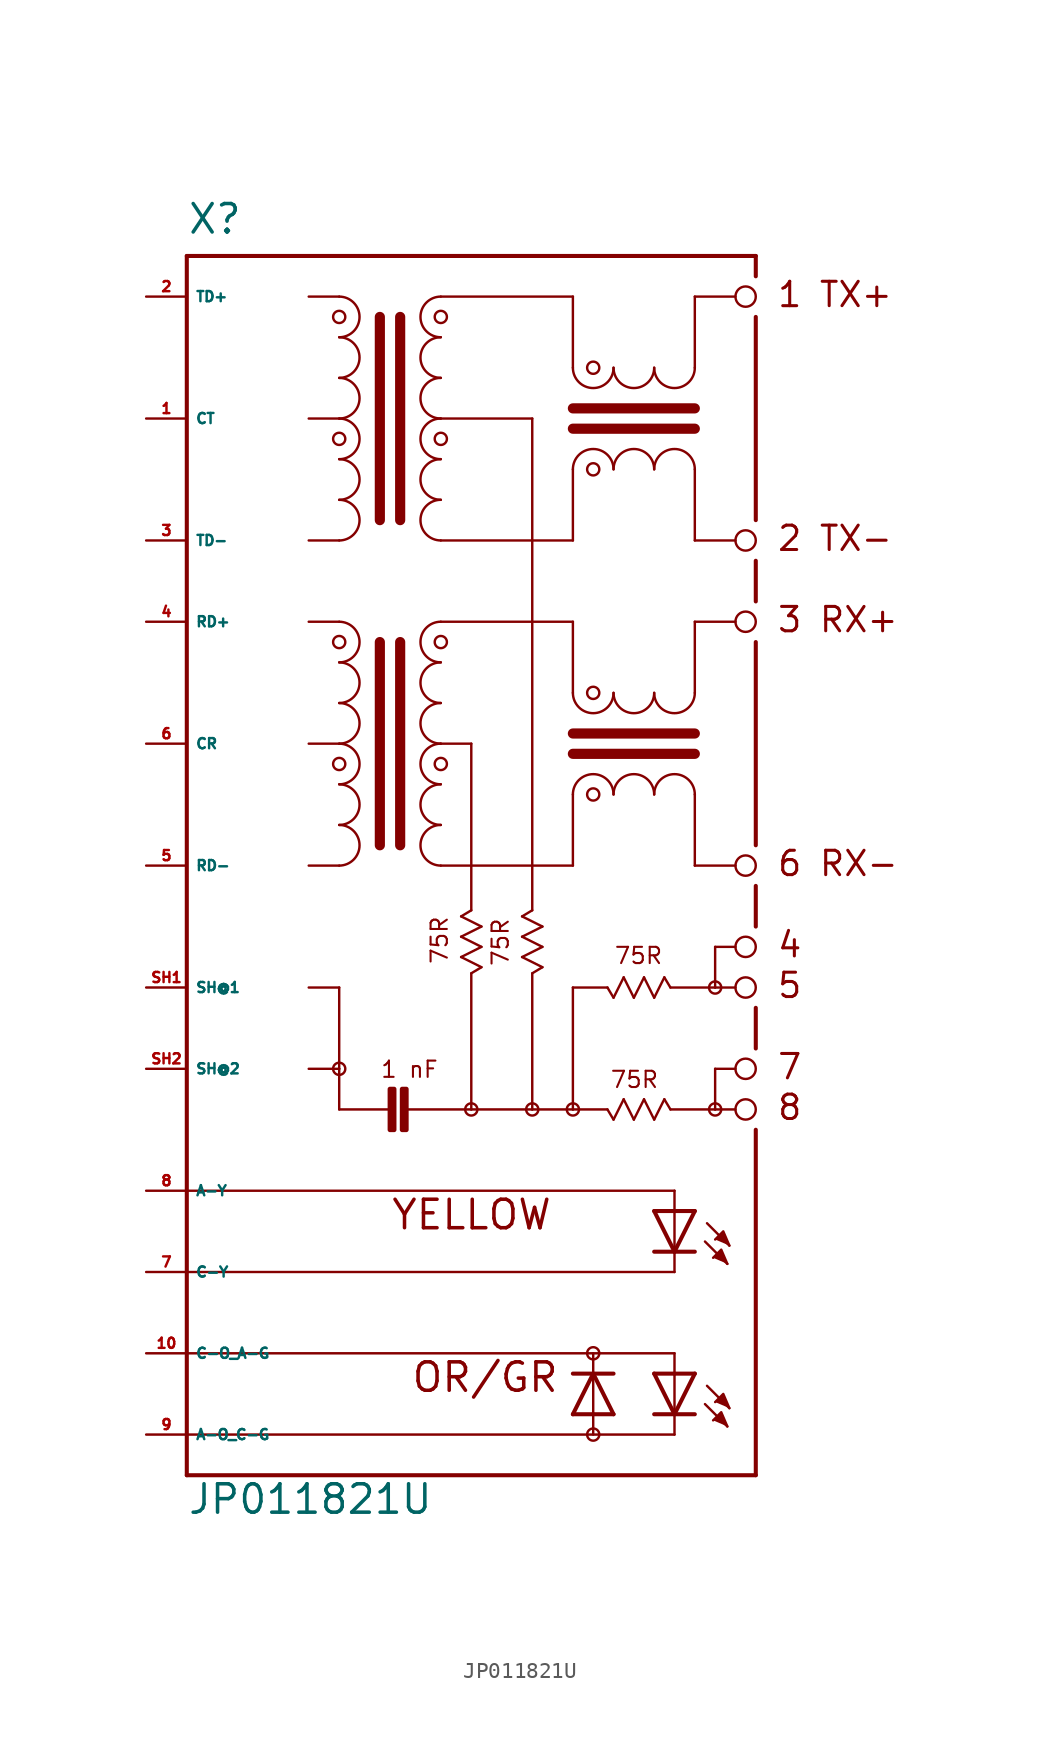
<source format=kicad_sym>
(kicad_symbol_lib
  (version 20220914)
  (generator Eagle2Kicad)
  (symbol "JP011821U"
    (property "Reference" "X"
      (at -12.7 21.59 0)
      (effects (font (size 1.778 1.778) (thickness 0.22)) (justify left bottom)))
    (property "Value" "JP011821U"
      (at -12.7 -58.42 0)
      (effects (font (size 1.778 1.778) (thickness 0.22)) (justify left bottom)))
    (polyline
      (pts (xy 21.209 -41.529) (xy 20.828 -40.64) (xy 20.32 -41.148))
      (stroke (width 0.152) (type default))
      (fill (type outline)))
    (polyline
      (pts (xy 21.082 -42.672) (xy 20.701 -41.783) (xy 20.193 -42.291))
      (stroke (width 0.152) (type default))
      (fill (type outline)))
    (polyline
      (pts (xy 21.209 -51.689) (xy 20.828 -50.8) (xy 20.32 -51.308))
      (stroke (width 0.152) (type default))
      (fill (type outline)))
    (polyline
      (pts (xy 21.082 -52.832) (xy 20.701 -51.943) (xy 20.193 -52.451))
      (stroke (width 0.152) (type default))
      (fill (type outline)))
    (polyline
      (pts (xy -5.08 2.54) (xy -3.175 2.54))
      (stroke (width 0.152) (type default))
      (fill (type none)))
    (polyline
      (pts (xy -5.08 10.16) (xy -3.175 10.16))
      (stroke (width 0.152) (type default))
      (fill (type none)))
    (polyline
      (pts (xy -5.08 17.78) (xy -3.175 17.78))
      (stroke (width 0.152) (type default))
      (fill (type none)))
    (arc
      (start -3.175 10.16)
      (mid -1.905 11.430)
      (end -3.175 12.7)
      (stroke (width 0.1524) (type default))
      (fill (type none)))
    (arc
      (start -3.175 12.7)
      (mid -1.905 13.970)
      (end -3.175 15.24)
      (stroke (width 0.1524) (type default))
      (fill (type none)))
    (arc
      (start -3.175 15.24)
      (mid -1.905 16.510)
      (end -3.175 17.78)
      (stroke (width 0.1524) (type default))
      (fill (type none)))
    (arc
      (start -3.175 7.62)
      (mid -1.905 8.890)
      (end -3.175 10.16)
      (stroke (width 0.1524) (type default))
      (fill (type none)))
    (arc
      (start -3.175 5.08)
      (mid -1.905 6.350)
      (end -3.175 7.62)
      (stroke (width 0.1524) (type default))
      (fill (type none)))
    (arc
      (start -3.175 2.54)
      (mid -1.905 3.810)
      (end -3.175 5.08)
      (stroke (width 0.1524) (type default))
      (fill (type none)))
    (polyline
      (pts (xy -0.635 16.51) (xy -0.635 3.81))
      (stroke (width 0.635) (type default))
      (fill (type none)))
    (polyline
      (pts (xy 0.635 16.51) (xy 0.635 3.81))
      (stroke (width 0.635) (type default))
      (fill (type none)))
    (arc
      (start 3.175 12.7)
      (mid 1.905 11.430)
      (end 3.175 10.16)
      (stroke (width 0.1524) (type default))
      (fill (type none)))
    (arc
      (start 3.175 15.24)
      (mid 1.905 13.970)
      (end 3.175 12.7)
      (stroke (width 0.1524) (type default))
      (fill (type none)))
    (arc
      (start 3.175 17.78)
      (mid 1.905 16.510)
      (end 3.175 15.24)
      (stroke (width 0.1524) (type default))
      (fill (type none)))
    (arc
      (start 3.175 10.16)
      (mid 1.905 8.890)
      (end 3.175 7.62)
      (stroke (width 0.1524) (type default))
      (fill (type none)))
    (arc
      (start 3.175 7.62)
      (mid 1.905 6.350)
      (end 3.175 5.08)
      (stroke (width 0.1524) (type default))
      (fill (type none)))
    (arc
      (start 3.175 5.08)
      (mid 1.905 3.810)
      (end 3.175 2.54)
      (stroke (width 0.1524) (type default))
      (fill (type none)))
    (arc
      (start 19.05 6.985)
      (mid 17.780 8.255)
      (end 16.51 6.985)
      (stroke (width 0.1524) (type default))
      (fill (type none)))
    (arc
      (start 16.51 6.985)
      (mid 15.240 8.255)
      (end 13.97 6.985)
      (stroke (width 0.1524) (type default))
      (fill (type none)))
    (arc
      (start 13.97 6.985)
      (mid 12.700 8.255)
      (end 11.43 6.985)
      (stroke (width 0.1524) (type default))
      (fill (type none)))
    (arc
      (start 16.51 13.335)
      (mid 17.780 12.065)
      (end 19.05 13.335)
      (stroke (width 0.1524) (type default))
      (fill (type none)))
    (arc
      (start 13.97 13.335)
      (mid 15.240 12.065)
      (end 16.51 13.335)
      (stroke (width 0.1524) (type default))
      (fill (type none)))
    (arc
      (start 11.43 13.335)
      (mid 12.700 12.065)
      (end 13.97 13.335)
      (stroke (width 0.1524) (type default))
      (fill (type none)))
    (polyline
      (pts (xy 3.175 17.78) (xy 11.43 17.78))
      (stroke (width 0.152) (type default))
      (fill (type none)))
    (polyline
      (pts (xy 11.43 17.78) (xy 11.43 13.335))
      (stroke (width 0.152) (type default))
      (fill (type none)))
    (polyline
      (pts (xy 11.43 2.54) (xy 3.175 2.54))
      (stroke (width 0.152) (type default))
      (fill (type none)))
    (polyline
      (pts (xy 11.43 2.54) (xy 11.43 6.985))
      (stroke (width 0.152) (type default))
      (fill (type none)))
    (polyline
      (pts (xy 19.05 13.335) (xy 19.05 17.78))
      (stroke (width 0.152) (type default))
      (fill (type none)))
    (polyline
      (pts (xy 19.05 17.78) (xy 21.59 17.78))
      (stroke (width 0.152) (type default))
      (fill (type none)))
    (polyline
      (pts (xy 19.05 6.985) (xy 19.05 2.54))
      (stroke (width 0.152) (type default))
      (fill (type none)))
    (polyline
      (pts (xy 19.05 2.54) (xy 21.59 2.54))
      (stroke (width 0.152) (type default))
      (fill (type none)))
    (polyline
      (pts (xy 11.43 9.525) (xy 19.05 9.525))
      (stroke (width 0.635) (type default))
      (fill (type none)))
    (polyline
      (pts (xy 11.43 10.795) (xy 19.05 10.795))
      (stroke (width 0.635) (type default))
      (fill (type none)))
    (polyline
      (pts (xy -5.08 -17.78) (xy -3.175 -17.78))
      (stroke (width 0.152) (type default))
      (fill (type none)))
    (polyline
      (pts (xy -5.08 -10.16) (xy -3.175 -10.16))
      (stroke (width 0.152) (type default))
      (fill (type none)))
    (polyline
      (pts (xy -5.08 -2.54) (xy -3.175 -2.54))
      (stroke (width 0.152) (type default))
      (fill (type none)))
    (arc
      (start -3.175 -10.16)
      (mid -1.905 -8.890)
      (end -3.175 -7.62)
      (stroke (width 0.1524) (type default))
      (fill (type none)))
    (arc
      (start -3.175 -7.62)
      (mid -1.905 -6.350)
      (end -3.175 -5.08)
      (stroke (width 0.1524) (type default))
      (fill (type none)))
    (arc
      (start -3.175 -5.08)
      (mid -1.905 -3.810)
      (end -3.175 -2.54)
      (stroke (width 0.1524) (type default))
      (fill (type none)))
    (arc
      (start -3.175 -12.7)
      (mid -1.905 -11.430)
      (end -3.175 -10.16)
      (stroke (width 0.1524) (type default))
      (fill (type none)))
    (arc
      (start -3.175 -15.24)
      (mid -1.905 -13.970)
      (end -3.175 -12.7)
      (stroke (width 0.1524) (type default))
      (fill (type none)))
    (arc
      (start -3.175 -17.78)
      (mid -1.905 -16.510)
      (end -3.175 -15.24)
      (stroke (width 0.1524) (type default))
      (fill (type none)))
    (polyline
      (pts (xy -0.635 -3.81) (xy -0.635 -16.51))
      (stroke (width 0.635) (type default))
      (fill (type none)))
    (polyline
      (pts (xy 0.635 -3.81) (xy 0.635 -16.51))
      (stroke (width 0.635) (type default))
      (fill (type none)))
    (arc
      (start 3.175 -7.62)
      (mid 1.905 -8.890)
      (end 3.175 -10.16)
      (stroke (width 0.1524) (type default))
      (fill (type none)))
    (arc
      (start 3.175 -5.08)
      (mid 1.905 -6.350)
      (end 3.175 -7.62)
      (stroke (width 0.1524) (type default))
      (fill (type none)))
    (arc
      (start 3.175 -2.54)
      (mid 1.905 -3.810)
      (end 3.175 -5.08)
      (stroke (width 0.1524) (type default))
      (fill (type none)))
    (arc
      (start 3.175 -10.16)
      (mid 1.905 -11.430)
      (end 3.175 -12.7)
      (stroke (width 0.1524) (type default))
      (fill (type none)))
    (arc
      (start 3.175 -12.7)
      (mid 1.905 -13.970)
      (end 3.175 -15.24)
      (stroke (width 0.1524) (type default))
      (fill (type none)))
    (arc
      (start 3.175 -15.24)
      (mid 1.905 -16.510)
      (end 3.175 -17.78)
      (stroke (width 0.1524) (type default))
      (fill (type none)))
    (arc
      (start 19.05 -13.335)
      (mid 17.780 -12.065)
      (end 16.51 -13.335)
      (stroke (width 0.1524) (type default))
      (fill (type none)))
    (arc
      (start 16.51 -13.335)
      (mid 15.240 -12.065)
      (end 13.97 -13.335)
      (stroke (width 0.1524) (type default))
      (fill (type none)))
    (arc
      (start 13.97 -13.335)
      (mid 12.700 -12.065)
      (end 11.43 -13.335)
      (stroke (width 0.1524) (type default))
      (fill (type none)))
    (arc
      (start 16.51 -6.985)
      (mid 17.780 -8.255)
      (end 19.05 -6.985)
      (stroke (width 0.1524) (type default))
      (fill (type none)))
    (arc
      (start 13.97 -6.985)
      (mid 15.240 -8.255)
      (end 16.51 -6.985)
      (stroke (width 0.1524) (type default))
      (fill (type none)))
    (arc
      (start 11.43 -6.985)
      (mid 12.700 -8.255)
      (end 13.97 -6.985)
      (stroke (width 0.1524) (type default))
      (fill (type none)))
    (polyline
      (pts (xy 3.175 -2.54) (xy 11.43 -2.54))
      (stroke (width 0.152) (type default))
      (fill (type none)))
    (polyline
      (pts (xy 11.43 -2.54) (xy 11.43 -6.985))
      (stroke (width 0.152) (type default))
      (fill (type none)))
    (polyline
      (pts (xy 11.43 -17.78) (xy 3.175 -17.78))
      (stroke (width 0.152) (type default))
      (fill (type none)))
    (polyline
      (pts (xy 11.43 -17.78) (xy 11.43 -13.335))
      (stroke (width 0.152) (type default))
      (fill (type none)))
    (polyline
      (pts (xy 19.05 -6.985) (xy 19.05 -2.54))
      (stroke (width 0.152) (type default))
      (fill (type none)))
    (polyline
      (pts (xy 19.05 -2.54) (xy 21.59 -2.54))
      (stroke (width 0.152) (type default))
      (fill (type none)))
    (polyline
      (pts (xy 19.05 -13.335) (xy 19.05 -17.78))
      (stroke (width 0.152) (type default))
      (fill (type none)))
    (polyline
      (pts (xy 19.05 -17.78) (xy 21.59 -17.78))
      (stroke (width 0.152) (type default))
      (fill (type none)))
    (polyline
      (pts (xy 11.43 -10.795) (xy 19.05 -10.795))
      (stroke (width 0.635) (type default))
      (fill (type none)))
    (polyline
      (pts (xy 11.43 -9.525) (xy 19.05 -9.525))
      (stroke (width 0.635) (type default))
      (fill (type none)))
    (polyline
      (pts (xy 21.59 -22.86) (xy 20.32 -22.86))
      (stroke (width 0.152) (type default))
      (fill (type none)))
    (polyline
      (pts (xy 20.32 -22.86) (xy 20.32 -25.4))
      (stroke (width 0.152) (type default))
      (fill (type none)))
    (polyline
      (pts (xy 20.32 -25.4) (xy 21.59 -25.4))
      (stroke (width 0.152) (type default))
      (fill (type none)))
    (polyline
      (pts (xy 21.59 -30.48) (xy 20.32 -30.48))
      (stroke (width 0.152) (type default))
      (fill (type none)))
    (polyline
      (pts (xy 20.32 -30.48) (xy 20.32 -33.02))
      (stroke (width 0.152) (type default))
      (fill (type none)))
    (polyline
      (pts (xy 20.32 -33.02) (xy 21.59 -33.02))
      (stroke (width 0.152) (type default))
      (fill (type none)))
    (polyline
      (pts (xy 20.32 -25.4) (xy 17.526 -25.4))
      (stroke (width 0.152) (type default))
      (fill (type none)))
    (polyline
      (pts (xy 17.526 -33.02) (xy 20.32 -33.02))
      (stroke (width 0.152) (type default))
      (fill (type none)))
    (polyline
      (pts (xy -12.7 20.32) (xy -12.7 -55.88))
      (stroke (width 0.254) (type default))
      (fill (type none)))
    (polyline
      (pts (xy -12.7 20.32) (xy 22.86 20.32))
      (stroke (width 0.254) (type default))
      (fill (type none)))
    (polyline
      (pts (xy 22.86 20.32) (xy 22.86 19.05))
      (stroke (width 0.254) (type default))
      (fill (type none)))
    (polyline
      (pts (xy 22.86 -29.21) (xy 22.86 -26.67))
      (stroke (width 0.254) (type default))
      (fill (type none)))
    (polyline
      (pts (xy 22.86 -21.59) (xy 22.86 -19.05))
      (stroke (width 0.254) (type default))
      (fill (type none)))
    (polyline
      (pts (xy 22.86 -16.51) (xy 22.86 -3.81))
      (stroke (width 0.254) (type default))
      (fill (type none)))
    (polyline
      (pts (xy 22.86 -1.27) (xy 22.86 1.27))
      (stroke (width 0.254) (type default))
      (fill (type none)))
    (polyline
      (pts (xy 22.86 3.81) (xy 22.86 16.51))
      (stroke (width 0.254) (type default))
      (fill (type none)))
    (polyline
      (pts (xy 3.175 10.16) (xy 8.89 10.16))
      (stroke (width 0.152) (type default))
      (fill (type none)))
    (polyline
      (pts (xy 8.89 10.16) (xy 8.89 -20.574))
      (stroke (width 0.152) (type default))
      (fill (type none)))
    (polyline
      (pts (xy 3.175 -10.16) (xy 5.08 -10.16))
      (stroke (width 0.152) (type default))
      (fill (type none)))
    (polyline
      (pts (xy 5.08 -10.16) (xy 5.08 -20.574))
      (stroke (width 0.152) (type default))
      (fill (type none)))
    (polyline
      (pts (xy 5.08 -20.574) (xy 4.445 -20.955))
      (stroke (width 0.152) (type default))
      (fill (type none)))
    (polyline
      (pts (xy 4.445 -20.955) (xy 5.715 -21.59))
      (stroke (width 0.152) (type default))
      (fill (type none)))
    (polyline
      (pts (xy 5.715 -21.59) (xy 4.445 -22.225))
      (stroke (width 0.152) (type default))
      (fill (type none)))
    (polyline
      (pts (xy 4.445 -22.225) (xy 5.715 -22.86))
      (stroke (width 0.152) (type default))
      (fill (type none)))
    (polyline
      (pts (xy 5.715 -22.86) (xy 4.445 -23.495))
      (stroke (width 0.152) (type default))
      (fill (type none)))
    (polyline
      (pts (xy 4.445 -23.495) (xy 5.715 -24.13))
      (stroke (width 0.152) (type default))
      (fill (type none)))
    (polyline
      (pts (xy 5.715 -24.13) (xy 5.08 -24.511))
      (stroke (width 0.152) (type default))
      (fill (type none)))
    (polyline
      (pts (xy 8.89 -20.574) (xy 8.255 -20.955))
      (stroke (width 0.152) (type default))
      (fill (type none)))
    (polyline
      (pts (xy 8.255 -20.955) (xy 9.525 -21.59))
      (stroke (width 0.152) (type default))
      (fill (type none)))
    (polyline
      (pts (xy 9.525 -21.59) (xy 8.255 -22.225))
      (stroke (width 0.152) (type default))
      (fill (type none)))
    (polyline
      (pts (xy 8.255 -22.225) (xy 9.525 -22.86))
      (stroke (width 0.152) (type default))
      (fill (type none)))
    (polyline
      (pts (xy 9.525 -22.86) (xy 8.255 -23.495))
      (stroke (width 0.152) (type default))
      (fill (type none)))
    (polyline
      (pts (xy 8.255 -23.495) (xy 9.525 -24.13))
      (stroke (width 0.152) (type default))
      (fill (type none)))
    (polyline
      (pts (xy 9.525 -24.13) (xy 8.89 -24.511))
      (stroke (width 0.152) (type default))
      (fill (type none)))
    (polyline
      (pts (xy 13.589 -25.4) (xy 13.97 -26.035))
      (stroke (width 0.152) (type default))
      (fill (type none)))
    (polyline
      (pts (xy 13.97 -26.035) (xy 14.605 -24.765))
      (stroke (width 0.152) (type default))
      (fill (type none)))
    (polyline
      (pts (xy 14.605 -24.765) (xy 15.24 -26.035))
      (stroke (width 0.152) (type default))
      (fill (type none)))
    (polyline
      (pts (xy 15.24 -26.035) (xy 15.875 -24.765))
      (stroke (width 0.152) (type default))
      (fill (type none)))
    (polyline
      (pts (xy 15.875 -24.765) (xy 16.51 -26.035))
      (stroke (width 0.152) (type default))
      (fill (type none)))
    (polyline
      (pts (xy 16.51 -26.035) (xy 17.145 -24.765))
      (stroke (width 0.152) (type default))
      (fill (type none)))
    (polyline
      (pts (xy 17.145 -24.765) (xy 17.526 -25.4))
      (stroke (width 0.152) (type default))
      (fill (type none)))
    (polyline
      (pts (xy 13.589 -33.02) (xy 13.97 -33.655))
      (stroke (width 0.152) (type default))
      (fill (type none)))
    (polyline
      (pts (xy 13.97 -33.655) (xy 14.605 -32.385))
      (stroke (width 0.152) (type default))
      (fill (type none)))
    (polyline
      (pts (xy 14.605 -32.385) (xy 15.24 -33.655))
      (stroke (width 0.152) (type default))
      (fill (type none)))
    (polyline
      (pts (xy 15.24 -33.655) (xy 15.875 -32.385))
      (stroke (width 0.152) (type default))
      (fill (type none)))
    (polyline
      (pts (xy 15.875 -32.385) (xy 16.51 -33.655))
      (stroke (width 0.152) (type default))
      (fill (type none)))
    (polyline
      (pts (xy 16.51 -33.655) (xy 17.145 -32.385))
      (stroke (width 0.152) (type default))
      (fill (type none)))
    (polyline
      (pts (xy 17.145 -32.385) (xy 17.526 -33.02))
      (stroke (width 0.152) (type default))
      (fill (type none)))
    (polyline
      (pts (xy -5.08 -25.4) (xy -3.175 -25.4))
      (stroke (width 0.152) (type default))
      (fill (type none)))
    (polyline
      (pts (xy -3.175 -25.4) (xy -3.175 -30.48))
      (stroke (width 0.152) (type default))
      (fill (type none)))
    (polyline
      (pts (xy -3.175 -30.48) (xy -5.08 -30.48))
      (stroke (width 0.152) (type default))
      (fill (type none)))
    (polyline
      (pts (xy -3.175 -30.48) (xy -3.175 -33.02))
      (stroke (width 0.152) (type default))
      (fill (type none)))
    (polyline
      (pts (xy -3.175 -33.02) (xy 0 -33.02))
      (stroke (width 0.152) (type default))
      (fill (type none)))
    (polyline
      (pts (xy 1.016 -33.02) (xy 5.08 -33.02))
      (stroke (width 0.152) (type default))
      (fill (type none)))
    (polyline
      (pts (xy 5.08 -33.02) (xy 8.89 -33.02))
      (stroke (width 0.152) (type default))
      (fill (type none)))
    (polyline
      (pts (xy 8.89 -33.02) (xy 11.43 -33.02))
      (stroke (width 0.152) (type default))
      (fill (type none)))
    (polyline
      (pts (xy 11.43 -33.02) (xy 13.589 -33.02))
      (stroke (width 0.152) (type default))
      (fill (type none)))
    (polyline
      (pts (xy 13.589 -25.4) (xy 11.43 -25.4))
      (stroke (width 0.152) (type default))
      (fill (type none)))
    (polyline
      (pts (xy 11.43 -25.4) (xy 11.43 -33.02))
      (stroke (width 0.152) (type default))
      (fill (type none)))
    (polyline
      (pts (xy 8.89 -24.511) (xy 8.89 -33.02))
      (stroke (width 0.152) (type default))
      (fill (type none)))
    (polyline
      (pts (xy 5.08 -24.511) (xy 5.08 -33.02))
      (stroke (width 0.152) (type default))
      (fill (type none)))
    (polyline
      (pts (xy -12.7 -55.88) (xy 22.86 -55.88))
      (stroke (width 0.254) (type default))
      (fill (type none)))
    (polyline
      (pts (xy 22.86 -55.88) (xy 22.86 -34.29))
      (stroke (width 0.254) (type default))
      (fill (type none)))
    (polyline
      (pts (xy 19.05 -39.37) (xy 17.78 -41.91))
      (stroke (width 0.254) (type default))
      (fill (type none)))
    (polyline
      (pts (xy 17.78 -41.91) (xy 16.51 -39.37))
      (stroke (width 0.254) (type default))
      (fill (type none)))
    (polyline
      (pts (xy 19.05 -41.91) (xy 17.78 -41.91))
      (stroke (width 0.254) (type default))
      (fill (type none)))
    (polyline
      (pts (xy 17.78 -41.91) (xy 16.51 -41.91))
      (stroke (width 0.254) (type default))
      (fill (type none)))
    (polyline
      (pts (xy 19.05 -39.37) (xy 17.78 -39.37))
      (stroke (width 0.254) (type default))
      (fill (type none)))
    (polyline
      (pts (xy 17.78 -39.37) (xy 16.51 -39.37))
      (stroke (width 0.254) (type default))
      (fill (type none)))
    (polyline
      (pts (xy 17.78 -39.37) (xy 17.78 -41.91))
      (stroke (width 0.152) (type default))
      (fill (type none)))
    (polyline
      (pts (xy 19.812 -40.132) (xy 21.209 -41.529))
      (stroke (width 0.152) (type default))
      (fill (type none)))
    (polyline
      (pts (xy 19.685 -41.275) (xy 21.082 -42.672))
      (stroke (width 0.152) (type default))
      (fill (type none)))
    (polyline
      (pts (xy 17.78 -43.18) (xy 17.78 -41.91))
      (stroke (width 0.152) (type default))
      (fill (type none)))
    (polyline
      (pts (xy -12.7 -38.1) (xy 17.78 -38.1))
      (stroke (width 0.152) (type default))
      (fill (type none)))
    (polyline
      (pts (xy 17.78 -38.1) (xy 17.78 -39.37))
      (stroke (width 0.152) (type default))
      (fill (type none)))
    (polyline
      (pts (xy -12.7 -43.18) (xy 17.78 -43.18))
      (stroke (width 0.152) (type default))
      (fill (type none)))
    (polyline
      (pts (xy 19.05 -49.53) (xy 17.78 -52.07))
      (stroke (width 0.254) (type default))
      (fill (type none)))
    (polyline
      (pts (xy 17.78 -52.07) (xy 16.51 -49.53))
      (stroke (width 0.254) (type default))
      (fill (type none)))
    (polyline
      (pts (xy 19.05 -52.07) (xy 17.78 -52.07))
      (stroke (width 0.254) (type default))
      (fill (type none)))
    (polyline
      (pts (xy 17.78 -52.07) (xy 16.51 -52.07))
      (stroke (width 0.254) (type default))
      (fill (type none)))
    (polyline
      (pts (xy 19.05 -49.53) (xy 17.78 -49.53))
      (stroke (width 0.254) (type default))
      (fill (type none)))
    (polyline
      (pts (xy 17.78 -49.53) (xy 16.51 -49.53))
      (stroke (width 0.254) (type default))
      (fill (type none)))
    (polyline
      (pts (xy 17.78 -49.53) (xy 17.78 -52.07))
      (stroke (width 0.152) (type default))
      (fill (type none)))
    (polyline
      (pts (xy 19.812 -50.292) (xy 21.209 -51.689))
      (stroke (width 0.152) (type default))
      (fill (type none)))
    (polyline
      (pts (xy 19.685 -51.435) (xy 21.082 -52.832))
      (stroke (width 0.152) (type default))
      (fill (type none)))
    (polyline
      (pts (xy 17.78 -53.34) (xy 17.78 -52.07))
      (stroke (width 0.152) (type default))
      (fill (type none)))
    (polyline
      (pts (xy -12.7 -48.26) (xy 17.78 -48.26))
      (stroke (width 0.152) (type default))
      (fill (type none)))
    (polyline
      (pts (xy 17.78 -48.26) (xy 17.78 -49.53))
      (stroke (width 0.152) (type default))
      (fill (type none)))
    (polyline
      (pts (xy -12.7 -53.34) (xy 17.78 -53.34))
      (stroke (width 0.152) (type default))
      (fill (type none)))
    (polyline
      (pts (xy 11.43 -52.07) (xy 12.7 -49.53))
      (stroke (width 0.254) (type default))
      (fill (type none)))
    (polyline
      (pts (xy 12.7 -49.53) (xy 13.97 -52.07))
      (stroke (width 0.254) (type default))
      (fill (type none)))
    (polyline
      (pts (xy 11.43 -49.53) (xy 12.7 -49.53))
      (stroke (width 0.254) (type default))
      (fill (type none)))
    (polyline
      (pts (xy 12.7 -49.53) (xy 13.97 -49.53))
      (stroke (width 0.254) (type default))
      (fill (type none)))
    (polyline
      (pts (xy 11.43 -52.07) (xy 12.7 -52.07))
      (stroke (width 0.254) (type default))
      (fill (type none)))
    (polyline
      (pts (xy 12.7 -52.07) (xy 13.97 -52.07))
      (stroke (width 0.254) (type default))
      (fill (type none)))
    (polyline
      (pts (xy 12.7 -52.07) (xy 12.7 -49.53))
      (stroke (width 0.152) (type default))
      (fill (type none)))
    (polyline
      (pts (xy 12.7 -48.26) (xy 12.7 -49.53))
      (stroke (width 0.152) (type default))
      (fill (type none)))
    (polyline
      (pts (xy 12.7 -53.34) (xy 12.7 -52.07))
      (stroke (width 0.152) (type default))
      (fill (type none)))
    (text "1 TX+"
      (at 24.13 17.018 0)
      (effects (font (size 1.524 1.524) (thickness 0.19)) (justify left bottom)))
    (text "2 TX-"
      (at 24.13 1.778 0)
      (effects (font (size 1.524 1.524) (thickness 0.19)) (justify left bottom)))
    (text "3 RX+"
      (at 24.13 -3.302 0)
      (effects (font (size 1.524 1.524) (thickness 0.19)) (justify left bottom)))
    (text "6 RX-"
      (at 24.13 -18.542 0)
      (effects (font (size 1.524 1.524) (thickness 0.19)) (justify left bottom)))
    (text "4"
      (at 24.13 -23.622 0)
      (effects (font (size 1.524 1.524) (thickness 0.19)) (justify left bottom)))
    (text "5"
      (at 24.13 -26.162 0)
      (effects (font (size 1.524 1.524) (thickness 0.19)) (justify left bottom)))
    (text "7"
      (at 24.13 -31.242 0)
      (effects (font (size 1.524 1.524) (thickness 0.19)) (justify left bottom)))
    (text "8"
      (at 24.13 -33.782 0)
      (effects (font (size 1.524 1.524) (thickness 0.19)) (justify left bottom)))
    (text "75R"
      (at 3.683 -24.003 900)
      (effects (font (size 1.016 1.016) (thickness 0.13)) (justify left bottom)))
    (text "75R"
      (at 7.493 -24.13 900)
      (effects (font (size 1.016 1.016) (thickness 0.13)) (justify left bottom)))
    (text "75R"
      (at 13.97 -24.003 0)
      (effects (font (size 1.016 1.016) (thickness 0.13)) (justify left bottom)))
    (text "75R"
      (at 13.716 -31.75 0)
      (effects (font (size 1.016 1.016) (thickness 0.13)) (justify left bottom)))
    (text "1 nF"
      (at -0.635 -31.115 0)
      (effects (font (size 1.016 1.016) (thickness 0.13)) (justify left bottom)))
    (text "YELLOW"
      (at 0 -40.64 0)
      (effects (font (size 1.778 1.778) (thickness 0.22)) (justify left bottom)))
    (text "OR/GR"
      (at 1.27 -50.8 0)
      (effects (font (size 1.778 1.778) (thickness 0.22)) (justify left bottom)))
    (circle
      (center -3.175 16.51)
      (radius 0.381)
      (stroke (width 0) (type default))
      (fill (type none)))
    (circle
      (center -3.175 8.89)
      (radius 0.381)
      (stroke (width 0) (type default))
      (fill (type none)))
    (circle
      (center 3.175 16.51)
      (radius 0.381)
      (stroke (width 0) (type default))
      (fill (type none)))
    (circle
      (center 3.175 8.89)
      (radius 0.381)
      (stroke (width 0) (type default))
      (fill (type none)))
    (circle
      (center 12.7 6.985)
      (radius 0.381)
      (stroke (width 0) (type default))
      (fill (type none)))
    (circle
      (center 12.7 13.335)
      (radius 0.381)
      (stroke (width 0) (type default))
      (fill (type none)))
    (circle
      (center -3.175 -3.81)
      (radius 0.381)
      (stroke (width 0) (type default))
      (fill (type none)))
    (circle
      (center -3.175 -11.43)
      (radius 0.381)
      (stroke (width 0) (type default))
      (fill (type none)))
    (circle
      (center 3.175 -3.81)
      (radius 0.381)
      (stroke (width 0) (type default))
      (fill (type none)))
    (circle
      (center 3.175 -11.43)
      (radius 0.381)
      (stroke (width 0) (type default))
      (fill (type none)))
    (circle
      (center 12.7 -13.335)
      (radius 0.381)
      (stroke (width 0) (type default))
      (fill (type none)))
    (circle
      (center 12.7 -6.985)
      (radius 0.381)
      (stroke (width 0) (type default))
      (fill (type none)))
    (circle
      (center 22.225 17.78)
      (radius 0.635)
      (stroke (width 0.152) (type default))
      (fill (type none)))
    (circle
      (center 22.225 2.54)
      (radius 0.635)
      (stroke (width 0.152) (type default))
      (fill (type none)))
    (circle
      (center 22.225 -2.54)
      (radius 0.635)
      (stroke (width 0.152) (type default))
      (fill (type none)))
    (circle
      (center 22.225 -17.78)
      (radius 0.635)
      (stroke (width 0.152) (type default))
      (fill (type none)))
    (circle
      (center 22.225 -22.86)
      (radius 0.635)
      (stroke (width 0.152) (type default))
      (fill (type none)))
    (circle
      (center 22.225 -25.4)
      (radius 0.635)
      (stroke (width 0.152) (type default))
      (fill (type none)))
    (circle
      (center 22.225 -30.48)
      (radius 0.635)
      (stroke (width 0.152) (type default))
      (fill (type none)))
    (circle
      (center 22.225 -33.02)
      (radius 0.635)
      (stroke (width 0.152) (type default))
      (fill (type none)))
    (circle
      (center -3.175 -30.48)
      (radius 0.381)
      (stroke (width 0) (type default))
      (fill (type none)))
    (circle
      (center 5.08 -33.02)
      (radius 0.381)
      (stroke (width 0) (type default))
      (fill (type none)))
    (circle
      (center 8.89 -33.02)
      (radius 0.381)
      (stroke (width 0) (type default))
      (fill (type none)))
    (circle
      (center 11.43 -33.02)
      (radius 0.381)
      (stroke (width 0) (type default))
      (fill (type none)))
    (circle
      (center 20.32 -33.02)
      (radius 0.381)
      (stroke (width 0) (type default))
      (fill (type none)))
    (circle
      (center 20.32 -25.4)
      (radius 0.381)
      (stroke (width 0) (type default))
      (fill (type none)))
    (circle
      (center 12.7 -48.26)
      (radius 0.381)
      (stroke (width 0) (type default))
      (fill (type none)))
    (circle
      (center 12.7 -53.34)
      (radius 0.381)
      (stroke (width 0) (type default))
      (fill (type none)))
    (rectangle
      (start 0 -34.29)
      (end 0.254 -31.75)
      (stroke (width 0.3) (type default))
      (fill (type outline)))
    (rectangle
      (start 0.762 -34.29)
      (end 1.016 -31.75)
      (stroke (width 0.3) (type default))
      (fill (type outline)))
    (pin input line
      (at -15.24 17.78 0)
      (length 2.54)
      (name "TD+" (effects (font (size 0.635 0.635) (thickness 0.08)) (justify left bottom)))
      (number "2" (effects (font (size 0.635 0.635) (thickness 0.08)) (justify left bottom))))
    (pin input line
      (at -15.24 10.16 0)
      (length 2.54)
      (name "CT" (effects (font (size 0.635 0.635) (thickness 0.08)) (justify left bottom)))
      (number "1" (effects (font (size 0.635 0.635) (thickness 0.08)) (justify left bottom))))
    (pin input line
      (at -15.24 2.54 0)
      (length 2.54)
      (name "TD-" (effects (font (size 0.635 0.635) (thickness 0.08)) (justify left bottom)))
      (number "3" (effects (font (size 0.635 0.635) (thickness 0.08)) (justify left bottom))))
    (pin input line
      (at -15.24 -2.54 0)
      (length 2.54)
      (name "RD+" (effects (font (size 0.635 0.635) (thickness 0.08)) (justify left bottom)))
      (number "4" (effects (font (size 0.635 0.635) (thickness 0.08)) (justify left bottom))))
    (pin input line
      (at -15.24 -10.16 0)
      (length 2.54)
      (name "CR" (effects (font (size 0.635 0.635) (thickness 0.08)) (justify left bottom)))
      (number "6" (effects (font (size 0.635 0.635) (thickness 0.08)) (justify left bottom))))
    (pin input line
      (at -15.24 -17.78 0)
      (length 2.54)
      (name "RD-" (effects (font (size 0.635 0.635) (thickness 0.08)) (justify left bottom)))
      (number "5" (effects (font (size 0.635 0.635) (thickness 0.08)) (justify left bottom))))
    (pin input line
      (at -15.24 -25.4 0)
      (length 2.54)
      (name "SH@1" (effects (font (size 0.635 0.635) (thickness 0.08)) (justify left bottom)))
      (number "SH1" (effects (font (size 0.635 0.635) (thickness 0.08)) (justify left bottom))))
    (pin input line
      (at -15.24 -30.48 0)
      (length 2.54)
      (name "SH@2" (effects (font (size 0.635 0.635) (thickness 0.08)) (justify left bottom)))
      (number "SH2" (effects (font (size 0.635 0.635) (thickness 0.08)) (justify left bottom))))
    (pin input line
      (at -15.24 -38.1 0)
      (length 2.54)
      (name "A-Y" (effects (font (size 0.635 0.635) (thickness 0.08)) (justify left bottom)))
      (number "8" (effects (font (size 0.635 0.635) (thickness 0.08)) (justify left bottom))))
    (pin input line
      (at -15.24 -43.18 0)
      (length 2.54)
      (name "C-Y" (effects (font (size 0.635 0.635) (thickness 0.08)) (justify left bottom)))
      (number "7" (effects (font (size 0.635 0.635) (thickness 0.08)) (justify left bottom))))
    (pin input line
      (at -15.24 -48.26 0)
      (length 2.54)
      (name "C-O_A-G" (effects (font (size 0.635 0.635) (thickness 0.08)) (justify left bottom)))
      (number "10" (effects (font (size 0.635 0.635) (thickness 0.08)) (justify left bottom))))
    (pin input line
      (at -15.24 -53.34 0)
      (length 2.54)
      (name "A-O_C-G" (effects (font (size 0.635 0.635) (thickness 0.08)) (justify left bottom)))
      (number "9" (effects (font (size 0.635 0.635) (thickness 0.08)) (justify left bottom))))))
</source>
